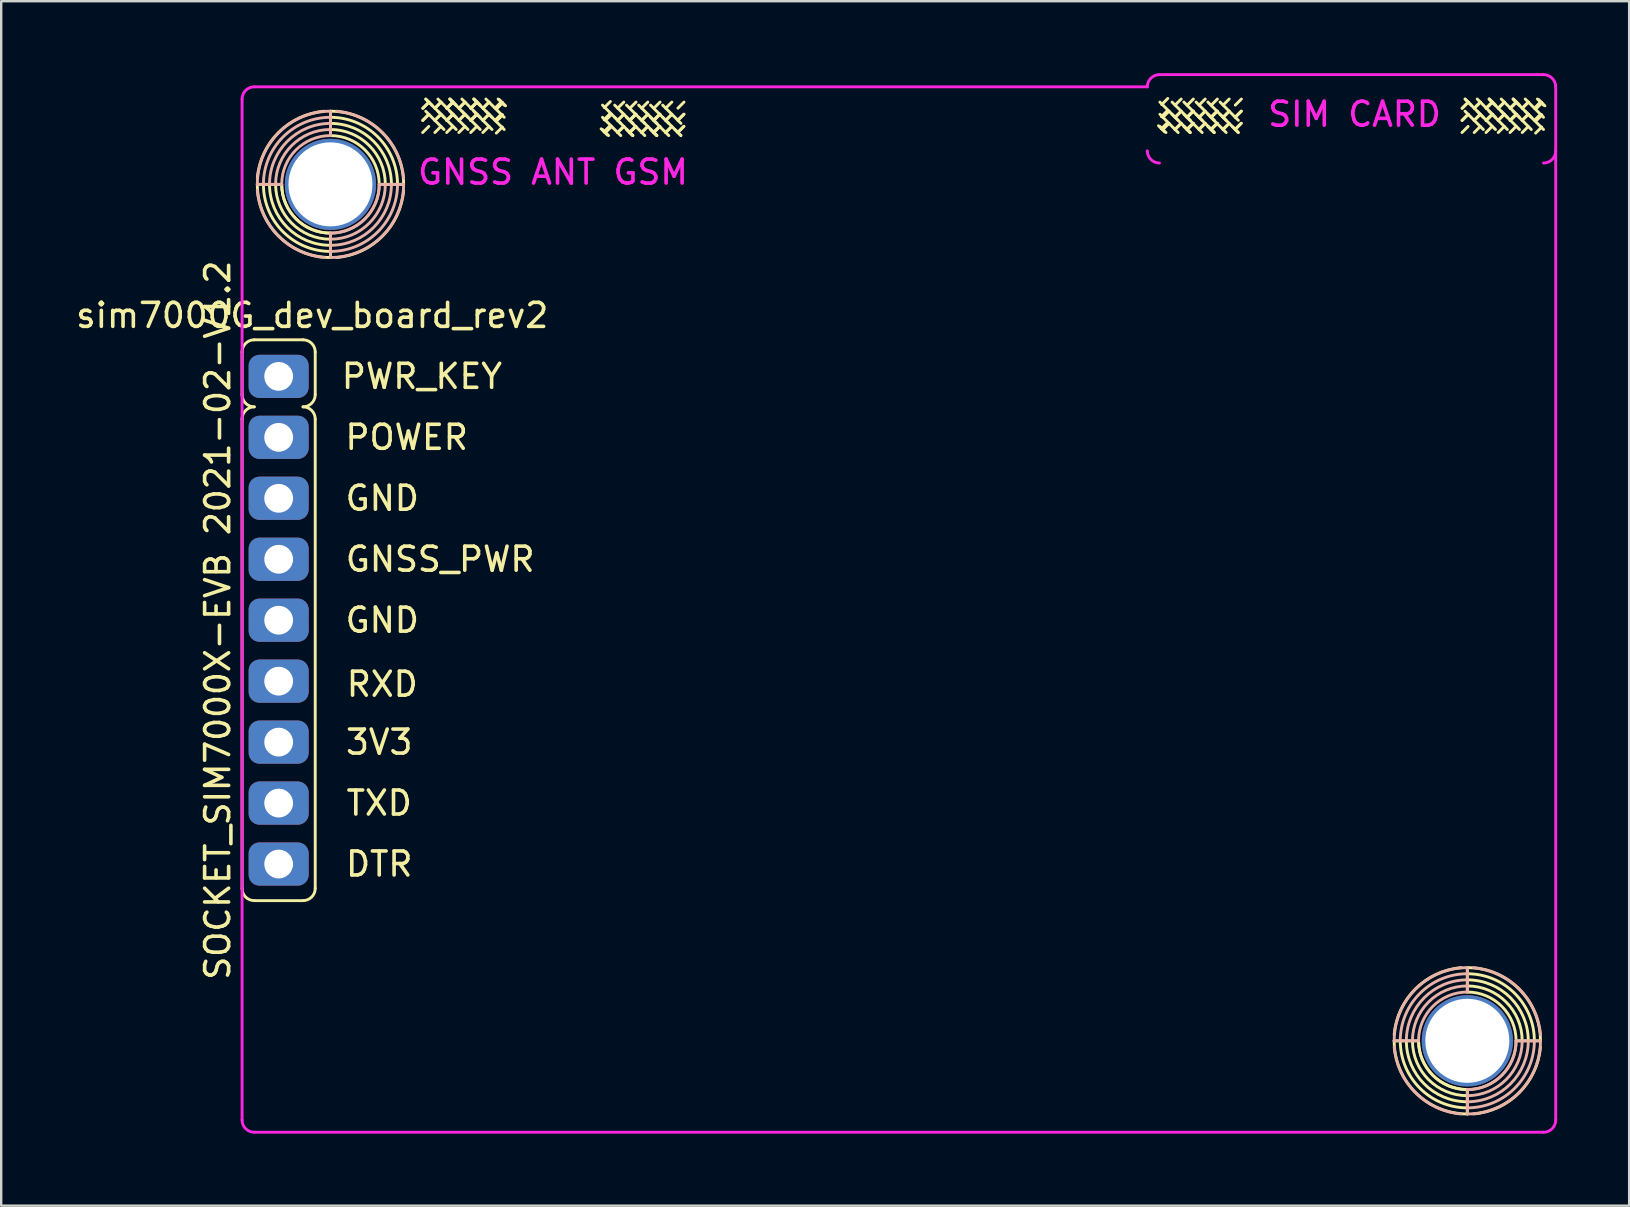
<source format=kicad_pcb>
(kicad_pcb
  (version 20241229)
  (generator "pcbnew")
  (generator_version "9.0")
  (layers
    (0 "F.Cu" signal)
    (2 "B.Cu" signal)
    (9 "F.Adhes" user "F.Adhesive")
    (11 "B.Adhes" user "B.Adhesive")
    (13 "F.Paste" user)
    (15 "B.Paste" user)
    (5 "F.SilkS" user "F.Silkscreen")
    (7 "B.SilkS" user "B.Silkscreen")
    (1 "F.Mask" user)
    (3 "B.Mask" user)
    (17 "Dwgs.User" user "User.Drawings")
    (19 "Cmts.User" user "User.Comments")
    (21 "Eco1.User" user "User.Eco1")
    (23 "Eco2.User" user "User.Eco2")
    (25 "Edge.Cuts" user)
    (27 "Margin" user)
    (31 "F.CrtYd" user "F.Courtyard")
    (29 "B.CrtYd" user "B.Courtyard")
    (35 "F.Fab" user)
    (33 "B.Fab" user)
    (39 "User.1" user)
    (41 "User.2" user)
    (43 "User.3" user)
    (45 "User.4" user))
  (footprint "sim7000G_dev_board_rev2"
    (layer "F.Cu")
    (at 8.561 12.633)
    (property "Reference" "sim7000G_dev_board_rev2" (at 1.397 -2.54 0) (layer "F.SilkS") (effects (font (size 1 1) (thickness 0.15))))
    (attr through_hole)
    (fp_line (start -1.524 -1.016) (end -1.524 0.762) (stroke (width 0.12) (type solid)) (layer "F.SilkS"))
    (fp_line (start -1.524 1.778) (end -1.524 21.336) (stroke (width 0.12) (type solid)) (layer "F.SilkS"))
    (fp_line (start -1.016 -1.524) (end 1.016 -1.524) (stroke (width 0.12) (type solid)) (layer "F.SilkS"))
    (fp_line (start -1.016 21.844) (end 1.016 21.844) (stroke (width 0.12) (type solid)) (layer "F.SilkS"))
    (fp_line (start -0.889 -8.001) (end 0.127 -8.001) (stroke (width 0.12) (type solid)) (layer "F.SilkS"))
    (fp_line (start 1.524 -1.016) (end 1.524 0.762) (stroke (width 0.12) (type solid)) (layer "F.SilkS"))
    (fp_line (start 1.524 21.336) (end 1.524 1.778) (stroke (width 0.12) (type solid)) (layer "F.SilkS"))
    (fp_line (start 2.159 -11.049) (end 2.159 -10.033) (stroke (width 0.12) (type solid)) (layer "F.SilkS"))
    (fp_line (start 2.159 -4.953) (end 2.159 -5.969) (stroke (width 0.12) (type solid)) (layer "F.SilkS"))
    (fp_line (start 5.207 -8.001) (end 4.191 -8.001) (stroke (width 0.12) (type solid)) (layer "F.SilkS"))
    (fp_line (start 6.255 -10.922) (end 6.001 -10.668) (stroke (width 0.12) (type solid)) (layer "F.SilkS"))
    (fp_line (start 6.255 -10.414) (end 6.001 -10.16) (stroke (width 0.12) (type solid)) (layer "F.SilkS"))
    (fp_line (start 6.261 -11.425) (end 6.007 -11.171) (stroke (width 0.12) (type solid)) (layer "F.SilkS"))
    (fp_line (start 6.261 -11.425) (end 6.007 -11.171) (stroke (width 0.12) (type solid)) (layer "F.SilkS"))
    (fp_line (start 6.261 -10.917) (end 6.007 -10.663) (stroke (width 0.12) (type solid)) (layer "F.SilkS"))
    (fp_line (start 6.388 -11.298) (end 6.134 -11.552) (stroke (width 0.12) (type solid)) (layer "F.SilkS"))
    (fp_line (start 6.763 -11.43) (end 6.509 -11.176) (stroke (width 0.12) (type solid)) (layer "F.SilkS"))
    (fp_line (start 6.763 -10.922) (end 6.509 -10.668) (stroke (width 0.12) (type solid)) (layer "F.SilkS"))
    (fp_line (start 6.763 -10.922) (end 6.509 -10.668) (stroke (width 0.12) (type solid)) (layer "F.SilkS"))
    (fp_line (start 6.763 -10.414) (end 6.509 -10.16) (stroke (width 0.12) (type solid)) (layer "F.SilkS"))
    (fp_line (start 6.769 -11.425) (end 6.515 -11.171) (stroke (width 0.12) (type solid)) (layer "F.SilkS"))
    (fp_line (start 6.89 -10.795) (end 6.636 -11.049) (stroke (width 0.12) (type solid)) (layer "F.SilkS"))
    (fp_line (start 6.89 -10.287) (end 6.128 -11.049) (stroke (width 0.12) (type solid)) (layer "F.SilkS"))
    (fp_line (start 7.255 -10.922) (end 7.001 -10.668) (stroke (width 0.12) (type solid)) (layer "F.SilkS"))
    (fp_line (start 7.255 -10.414) (end 7.001 -10.16) (stroke (width 0.12) (type solid)) (layer "F.SilkS"))
    (fp_line (start 7.261 -11.425) (end 7.007 -11.171) (stroke (width 0.12) (type solid)) (layer "F.SilkS"))
    (fp_line (start 7.261 -11.425) (end 7.007 -11.171) (stroke (width 0.12) (type solid)) (layer "F.SilkS"))
    (fp_line (start 7.261 -10.917) (end 7.007 -10.663) (stroke (width 0.12) (type solid)) (layer "F.SilkS"))
    (fp_line (start 7.271 -11.43) (end 7.017 -11.176) (stroke (width 0.12) (type solid)) (layer "F.SilkS"))
    (fp_line (start 7.271 -10.922) (end 7.017 -10.668) (stroke (width 0.12) (type solid)) (layer "F.SilkS"))
    (fp_line (start 7.388 -11.298) (end 7.134 -11.552) (stroke (width 0.12) (type solid)) (layer "F.SilkS"))
    (fp_line (start 7.398 -11.303) (end 7.144 -11.557) (stroke (width 0.12) (type solid)) (layer "F.SilkS"))
    (fp_line (start 7.398 -10.795) (end 6.636 -11.557) (stroke (width 0.12) (type solid)) (layer "F.SilkS"))
    (fp_line (start 7.398 -10.287) (end 6.128 -11.557) (stroke (width 0.12) (type solid)) (layer "F.SilkS"))
    (fp_line (start 7.763 -11.43) (end 7.509 -11.176) (stroke (width 0.12) (type solid)) (layer "F.SilkS"))
    (fp_line (start 7.763 -10.922) (end 7.509 -10.668) (stroke (width 0.12) (type solid)) (layer "F.SilkS"))
    (fp_line (start 7.763 -10.922) (end 7.509 -10.668) (stroke (width 0.12) (type solid)) (layer "F.SilkS"))
    (fp_line (start 7.763 -10.414) (end 7.509 -10.16) (stroke (width 0.12) (type solid)) (layer "F.SilkS"))
    (fp_line (start 7.769 -11.425) (end 7.515 -11.171) (stroke (width 0.12) (type solid)) (layer "F.SilkS"))
    (fp_line (start 7.89 -10.795) (end 7.636 -11.049) (stroke (width 0.12) (type solid)) (layer "F.SilkS"))
    (fp_line (start 7.89 -10.287) (end 7.128 -11.049) (stroke (width 0.12) (type solid)) (layer "F.SilkS"))
    (fp_line (start 8.255 -10.922) (end 8.001 -10.668) (stroke (width 0.12) (type solid)) (layer "F.SilkS"))
    (fp_line (start 8.255 -10.414) (end 8.001 -10.16) (stroke (width 0.12) (type solid)) (layer "F.SilkS"))
    (fp_line (start 8.261 -11.425) (end 8.007 -11.171) (stroke (width 0.12) (type solid)) (layer "F.SilkS"))
    (fp_line (start 8.261 -11.425) (end 8.007 -11.171) (stroke (width 0.12) (type solid)) (layer "F.SilkS"))
    (fp_line (start 8.261 -10.917) (end 8.007 -10.663) (stroke (width 0.12) (type solid)) (layer "F.SilkS"))
    (fp_line (start 8.271 -11.43) (end 8.017 -11.176) (stroke (width 0.12) (type solid)) (layer "F.SilkS"))
    (fp_line (start 8.271 -10.922) (end 8.017 -10.668) (stroke (width 0.12) (type solid)) (layer "F.SilkS"))
    (fp_line (start 8.388 -11.298) (end 8.134 -11.552) (stroke (width 0.12) (type solid)) (layer "F.SilkS"))
    (fp_line (start 8.398 -11.303) (end 8.144 -11.557) (stroke (width 0.12) (type solid)) (layer "F.SilkS"))
    (fp_line (start 8.398 -10.795) (end 7.636 -11.557) (stroke (width 0.12) (type solid)) (layer "F.SilkS"))
    (fp_line (start 8.398 -10.287) (end 7.128 -11.557) (stroke (width 0.12) (type solid)) (layer "F.SilkS"))
    (fp_line (start 8.763 -11.43) (end 8.509 -11.176) (stroke (width 0.12) (type solid)) (layer "F.SilkS"))
    (fp_line (start 8.763 -10.922) (end 8.509 -10.668) (stroke (width 0.12) (type solid)) (layer "F.SilkS"))
    (fp_line (start 8.763 -10.922) (end 8.509 -10.668) (stroke (width 0.12) (type solid)) (layer "F.SilkS"))
    (fp_line (start 8.763 -10.414) (end 8.509 -10.16) (stroke (width 0.12) (type solid)) (layer "F.SilkS"))
    (fp_line (start 8.769 -11.425) (end 8.515 -11.171) (stroke (width 0.12) (type solid)) (layer "F.SilkS"))
    (fp_line (start 8.89 -10.795) (end 8.636 -11.049) (stroke (width 0.12) (type solid)) (layer "F.SilkS"))
    (fp_line (start 8.89 -10.287) (end 8.128 -11.049) (stroke (width 0.12) (type solid)) (layer "F.SilkS"))
    (fp_line (start 9.271 -11.43) (end 9.017 -11.176) (stroke (width 0.12) (type solid)) (layer "F.SilkS"))
    (fp_line (start 9.271 -10.922) (end 9.017 -10.668) (stroke (width 0.12) (type solid)) (layer "F.SilkS"))
    (fp_line (start 9.322 -10.898) (end 9.068 -10.644) (stroke (width 0.12) (type solid)) (layer "F.SilkS"))
    (fp_line (start 9.322 -10.39) (end 9.068 -10.136) (stroke (width 0.12) (type solid)) (layer "F.SilkS"))
    (fp_line (start 9.328 -11.401) (end 9.074 -11.147) (stroke (width 0.12) (type solid)) (layer "F.SilkS"))
    (fp_line (start 9.328 -11.401) (end 9.074 -11.147) (stroke (width 0.12) (type solid)) (layer "F.SilkS"))
    (fp_line (start 9.328 -10.893) (end 9.074 -10.639) (stroke (width 0.12) (type solid)) (layer "F.SilkS"))
    (fp_line (start 9.398 -11.303) (end 9.144 -11.557) (stroke (width 0.12) (type solid)) (layer "F.SilkS"))
    (fp_line (start 9.398 -10.795) (end 8.636 -11.557) (stroke (width 0.12) (type solid)) (layer "F.SilkS"))
    (fp_line (start 9.398 -10.287) (end 8.128 -11.557) (stroke (width 0.12) (type solid)) (layer "F.SilkS"))
    (fp_line (start 9.455 -11.274) (end 9.201 -11.528) (stroke (width 0.12) (type solid)) (layer "F.SilkS"))
    (fp_line (start 13.437 -10.316) (end 13.691 -10.062) (stroke (width 0.12) (type solid)) (layer "F.SilkS"))
    (fp_line (start 13.494 -11.303) (end 14.764 -10.033) (stroke (width 0.12) (type solid)) (layer "F.SilkS"))
    (fp_line (start 13.494 -10.795) (end 14.256 -10.033) (stroke (width 0.12) (type solid)) (layer "F.SilkS"))
    (fp_line (start 13.494 -10.287) (end 13.748 -10.033) (stroke (width 0.12) (type solid)) (layer "F.SilkS"))
    (fp_line (start 13.564 -10.697) (end 13.818 -10.951) (stroke (width 0.12) (type solid)) (layer "F.SilkS"))
    (fp_line (start 13.564 -10.189) (end 13.818 -10.443) (stroke (width 0.12) (type solid)) (layer "F.SilkS"))
    (fp_line (start 13.564 -10.189) (end 13.818 -10.443) (stroke (width 0.12) (type solid)) (layer "F.SilkS"))
    (fp_line (start 13.57 -11.2) (end 13.824 -11.454) (stroke (width 0.12) (type solid)) (layer "F.SilkS"))
    (fp_line (start 13.57 -10.692) (end 13.824 -10.946) (stroke (width 0.12) (type solid)) (layer "F.SilkS"))
    (fp_line (start 13.621 -10.668) (end 13.875 -10.922) (stroke (width 0.12) (type solid)) (layer "F.SilkS"))
    (fp_line (start 13.621 -10.16) (end 13.875 -10.414) (stroke (width 0.12) (type solid)) (layer "F.SilkS"))
    (fp_line (start 14.002 -11.303) (end 14.764 -10.541) (stroke (width 0.12) (type solid)) (layer "F.SilkS"))
    (fp_line (start 14.002 -10.795) (end 14.256 -10.541) (stroke (width 0.12) (type solid)) (layer "F.SilkS"))
    (fp_line (start 14.123 -10.165) (end 14.377 -10.419) (stroke (width 0.12) (type solid)) (layer "F.SilkS"))
    (fp_line (start 14.129 -11.176) (end 14.383 -11.43) (stroke (width 0.12) (type solid)) (layer "F.SilkS"))
    (fp_line (start 14.129 -10.668) (end 14.383 -10.922) (stroke (width 0.12) (type solid)) (layer "F.SilkS"))
    (fp_line (start 14.129 -10.668) (end 14.383 -10.922) (stroke (width 0.12) (type solid)) (layer "F.SilkS"))
    (fp_line (start 14.129 -10.16) (end 14.383 -10.414) (stroke (width 0.12) (type solid)) (layer "F.SilkS"))
    (fp_line (start 14.494 -11.303) (end 15.764 -10.033) (stroke (width 0.12) (type solid)) (layer "F.SilkS"))
    (fp_line (start 14.494 -10.795) (end 15.256 -10.033) (stroke (width 0.12) (type solid)) (layer "F.SilkS"))
    (fp_line (start 14.494 -10.287) (end 14.748 -10.033) (stroke (width 0.12) (type solid)) (layer "F.SilkS"))
    (fp_line (start 14.504 -10.292) (end 14.758 -10.038) (stroke (width 0.12) (type solid)) (layer "F.SilkS"))
    (fp_line (start 14.621 -10.668) (end 14.875 -10.922) (stroke (width 0.12) (type solid)) (layer "F.SilkS"))
    (fp_line (start 14.621 -10.16) (end 14.875 -10.414) (stroke (width 0.12) (type solid)) (layer "F.SilkS"))
    (fp_line (start 14.631 -10.673) (end 14.885 -10.927) (stroke (width 0.12) (type solid)) (layer "F.SilkS"))
    (fp_line (start 14.631 -10.165) (end 14.885 -10.419) (stroke (width 0.12) (type solid)) (layer "F.SilkS"))
    (fp_line (start 14.631 -10.165) (end 14.885 -10.419) (stroke (width 0.12) (type solid)) (layer "F.SilkS"))
    (fp_line (start 14.637 -11.176) (end 14.891 -11.43) (stroke (width 0.12) (type solid)) (layer "F.SilkS"))
    (fp_line (start 14.637 -10.668) (end 14.891 -10.922) (stroke (width 0.12) (type solid)) (layer "F.SilkS"))
    (fp_line (start 15.002 -11.303) (end 15.764 -10.541) (stroke (width 0.12) (type solid)) (layer "F.SilkS"))
    (fp_line (start 15.002 -10.795) (end 15.256 -10.541) (stroke (width 0.12) (type solid)) (layer "F.SilkS"))
    (fp_line (start 15.123 -10.165) (end 15.377 -10.419) (stroke (width 0.12) (type solid)) (layer "F.SilkS"))
    (fp_line (start 15.129 -11.176) (end 15.383 -11.43) (stroke (width 0.12) (type solid)) (layer "F.SilkS"))
    (fp_line (start 15.129 -10.668) (end 15.383 -10.922) (stroke (width 0.12) (type solid)) (layer "F.SilkS"))
    (fp_line (start 15.129 -10.668) (end 15.383 -10.922) (stroke (width 0.12) (type solid)) (layer "F.SilkS"))
    (fp_line (start 15.129 -10.16) (end 15.383 -10.414) (stroke (width 0.12) (type solid)) (layer "F.SilkS"))
    (fp_line (start 15.494 -11.303) (end 16.764 -10.033) (stroke (width 0.12) (type solid)) (layer "F.SilkS"))
    (fp_line (start 15.494 -10.795) (end 16.256 -10.033) (stroke (width 0.12) (type solid)) (layer "F.SilkS"))
    (fp_line (start 15.494 -10.287) (end 15.748 -10.033) (stroke (width 0.12) (type solid)) (layer "F.SilkS"))
    (fp_line (start 15.504 -10.292) (end 15.758 -10.038) (stroke (width 0.12) (type solid)) (layer "F.SilkS"))
    (fp_line (start 15.621 -10.668) (end 15.875 -10.922) (stroke (width 0.12) (type solid)) (layer "F.SilkS"))
    (fp_line (start 15.621 -10.16) (end 15.875 -10.414) (stroke (width 0.12) (type solid)) (layer "F.SilkS"))
    (fp_line (start 15.631 -10.673) (end 15.885 -10.927) (stroke (width 0.12) (type solid)) (layer "F.SilkS"))
    (fp_line (start 15.631 -10.165) (end 15.885 -10.419) (stroke (width 0.12) (type solid)) (layer "F.SilkS"))
    (fp_line (start 15.631 -10.165) (end 15.885 -10.419) (stroke (width 0.12) (type solid)) (layer "F.SilkS"))
    (fp_line (start 15.637 -11.176) (end 15.891 -11.43) (stroke (width 0.12) (type solid)) (layer "F.SilkS"))
    (fp_line (start 15.637 -10.668) (end 15.891 -10.922) (stroke (width 0.12) (type solid)) (layer "F.SilkS"))
    (fp_line (start 16.002 -11.303) (end 16.764 -10.541) (stroke (width 0.12) (type solid)) (layer "F.SilkS"))
    (fp_line (start 16.002 -10.795) (end 16.256 -10.541) (stroke (width 0.12) (type solid)) (layer "F.SilkS"))
    (fp_line (start 16.123 -10.165) (end 16.377 -10.419) (stroke (width 0.12) (type solid)) (layer "F.SilkS"))
    (fp_line (start 16.129 -11.176) (end 16.383 -11.43) (stroke (width 0.12) (type solid)) (layer "F.SilkS"))
    (fp_line (start 16.129 -10.668) (end 16.383 -10.922) (stroke (width 0.12) (type solid)) (layer "F.SilkS"))
    (fp_line (start 16.129 -10.668) (end 16.383 -10.922) (stroke (width 0.12) (type solid)) (layer "F.SilkS"))
    (fp_line (start 16.129 -10.16) (end 16.383 -10.414) (stroke (width 0.12) (type solid)) (layer "F.SilkS"))
    (fp_line (start 16.504 -10.292) (end 16.758 -10.038) (stroke (width 0.12) (type solid)) (layer "F.SilkS"))
    (fp_line (start 16.631 -10.673) (end 16.885 -10.927) (stroke (width 0.12) (type solid)) (layer "F.SilkS"))
    (fp_line (start 16.631 -10.165) (end 16.885 -10.419) (stroke (width 0.12) (type solid)) (layer "F.SilkS"))
    (fp_line (start 16.631 -10.165) (end 16.885 -10.419) (stroke (width 0.12) (type solid)) (layer "F.SilkS"))
    (fp_line (start 16.637 -11.176) (end 16.891 -11.43) (stroke (width 0.12) (type solid)) (layer "F.SilkS"))
    (fp_line (start 16.637 -10.668) (end 16.891 -10.922) (stroke (width 0.12) (type solid)) (layer "F.SilkS"))
    (fp_line (start 36.662 -10.443) (end 36.916 -10.189) (stroke (width 0.12) (type solid)) (layer "F.SilkS"))
    (fp_line (start 36.719 -11.43) (end 37.989 -10.16) (stroke (width 0.12) (type solid)) (layer "F.SilkS"))
    (fp_line (start 36.719 -10.922) (end 37.481 -10.16) (stroke (width 0.12) (type solid)) (layer "F.SilkS"))
    (fp_line (start 36.719 -10.414) (end 36.973 -10.16) (stroke (width 0.12) (type solid)) (layer "F.SilkS"))
    (fp_line (start 36.789 -10.824) (end 37.043 -11.078) (stroke (width 0.12) (type solid)) (layer "F.SilkS"))
    (fp_line (start 36.789 -10.316) (end 37.043 -10.57) (stroke (width 0.12) (type solid)) (layer "F.SilkS"))
    (fp_line (start 36.789 -10.316) (end 37.043 -10.57) (stroke (width 0.12) (type solid)) (layer "F.SilkS"))
    (fp_line (start 36.795 -11.327) (end 37.049 -11.581) (stroke (width 0.12) (type solid)) (layer "F.SilkS"))
    (fp_line (start 36.795 -10.819) (end 37.049 -11.073) (stroke (width 0.12) (type solid)) (layer "F.SilkS"))
    (fp_line (start 36.846 -10.795) (end 37.1 -11.049) (stroke (width 0.12) (type solid)) (layer "F.SilkS"))
    (fp_line (start 36.846 -10.287) (end 37.1 -10.541) (stroke (width 0.12) (type solid)) (layer "F.SilkS"))
    (fp_line (start 37.227 -11.43) (end 37.989 -10.668) (stroke (width 0.12) (type solid)) (layer "F.SilkS"))
    (fp_line (start 37.227 -10.922) (end 37.481 -10.668) (stroke (width 0.12) (type solid)) (layer "F.SilkS"))
    (fp_line (start 37.348 -10.292) (end 37.602 -10.546) (stroke (width 0.12) (type solid)) (layer "F.SilkS"))
    (fp_line (start 37.354 -11.303) (end 37.608 -11.557) (stroke (width 0.12) (type solid)) (layer "F.SilkS"))
    (fp_line (start 37.354 -10.795) (end 37.608 -11.049) (stroke (width 0.12) (type solid)) (layer "F.SilkS"))
    (fp_line (start 37.354 -10.795) (end 37.608 -11.049) (stroke (width 0.12) (type solid)) (layer "F.SilkS"))
    (fp_line (start 37.354 -10.287) (end 37.608 -10.541) (stroke (width 0.12) (type solid)) (layer "F.SilkS"))
    (fp_line (start 37.719 -11.43) (end 38.989 -10.16) (stroke (width 0.12) (type solid)) (layer "F.SilkS"))
    (fp_line (start 37.719 -10.922) (end 38.481 -10.16) (stroke (width 0.12) (type solid)) (layer "F.SilkS"))
    (fp_line (start 37.719 -10.414) (end 37.973 -10.16) (stroke (width 0.12) (type solid)) (layer "F.SilkS"))
    (fp_line (start 37.729 -10.419) (end 37.983 -10.165) (stroke (width 0.12) (type solid)) (layer "F.SilkS"))
    (fp_line (start 37.846 -10.795) (end 38.1 -11.049) (stroke (width 0.12) (type solid)) (layer "F.SilkS"))
    (fp_line (start 37.846 -10.287) (end 38.1 -10.541) (stroke (width 0.12) (type solid)) (layer "F.SilkS"))
    (fp_line (start 37.856 -10.8) (end 38.11 -11.054) (stroke (width 0.12) (type solid)) (layer "F.SilkS"))
    (fp_line (start 37.856 -10.292) (end 38.11 -10.546) (stroke (width 0.12) (type solid)) (layer "F.SilkS"))
    (fp_line (start 37.856 -10.292) (end 38.11 -10.546) (stroke (width 0.12) (type solid)) (layer "F.SilkS"))
    (fp_line (start 37.862 -11.303) (end 38.116 -11.557) (stroke (width 0.12) (type solid)) (layer "F.SilkS"))
    (fp_line (start 37.862 -10.795) (end 38.116 -11.049) (stroke (width 0.12) (type solid)) (layer "F.SilkS"))
    (fp_line (start 38.227 -11.43) (end 38.989 -10.668) (stroke (width 0.12) (type solid)) (layer "F.SilkS"))
    (fp_line (start 38.227 -10.922) (end 38.481 -10.668) (stroke (width 0.12) (type solid)) (layer "F.SilkS"))
    (fp_line (start 38.348 -10.292) (end 38.602 -10.546) (stroke (width 0.12) (type solid)) (layer "F.SilkS"))
    (fp_line (start 38.354 -11.303) (end 38.608 -11.557) (stroke (width 0.12) (type solid)) (layer "F.SilkS"))
    (fp_line (start 38.354 -10.795) (end 38.608 -11.049) (stroke (width 0.12) (type solid)) (layer "F.SilkS"))
    (fp_line (start 38.354 -10.795) (end 38.608 -11.049) (stroke (width 0.12) (type solid)) (layer "F.SilkS"))
    (fp_line (start 38.354 -10.287) (end 38.608 -10.541) (stroke (width 0.12) (type solid)) (layer "F.SilkS"))
    (fp_line (start 38.719 -11.43) (end 39.989 -10.16) (stroke (width 0.12) (type solid)) (layer "F.SilkS"))
    (fp_line (start 38.719 -10.922) (end 39.481 -10.16) (stroke (width 0.12) (type solid)) (layer "F.SilkS"))
    (fp_line (start 38.719 -10.414) (end 38.973 -10.16) (stroke (width 0.12) (type solid)) (layer "F.SilkS"))
    (fp_line (start 38.729 -10.419) (end 38.983 -10.165) (stroke (width 0.12) (type solid)) (layer "F.SilkS"))
    (fp_line (start 38.846 -10.795) (end 39.1 -11.049) (stroke (width 0.12) (type solid)) (layer "F.SilkS"))
    (fp_line (start 38.846 -10.287) (end 39.1 -10.541) (stroke (width 0.12) (type solid)) (layer "F.SilkS"))
    (fp_line (start 38.856 -10.8) (end 39.11 -11.054) (stroke (width 0.12) (type solid)) (layer "F.SilkS"))
    (fp_line (start 38.856 -10.292) (end 39.11 -10.546) (stroke (width 0.12) (type solid)) (layer "F.SilkS"))
    (fp_line (start 38.856 -10.292) (end 39.11 -10.546) (stroke (width 0.12) (type solid)) (layer "F.SilkS"))
    (fp_line (start 38.862 -11.303) (end 39.116 -11.557) (stroke (width 0.12) (type solid)) (layer "F.SilkS"))
    (fp_line (start 38.862 -10.795) (end 39.116 -11.049) (stroke (width 0.12) (type solid)) (layer "F.SilkS"))
    (fp_line (start 39.227 -11.43) (end 39.989 -10.668) (stroke (width 0.12) (type solid)) (layer "F.SilkS"))
    (fp_line (start 39.227 -10.922) (end 39.481 -10.668) (stroke (width 0.12) (type solid)) (layer "F.SilkS"))
    (fp_line (start 39.348 -10.292) (end 39.602 -10.546) (stroke (width 0.12) (type solid)) (layer "F.SilkS"))
    (fp_line (start 39.354 -11.303) (end 39.608 -11.557) (stroke (width 0.12) (type solid)) (layer "F.SilkS"))
    (fp_line (start 39.354 -10.795) (end 39.608 -11.049) (stroke (width 0.12) (type solid)) (layer "F.SilkS"))
    (fp_line (start 39.354 -10.795) (end 39.608 -11.049) (stroke (width 0.12) (type solid)) (layer "F.SilkS"))
    (fp_line (start 39.354 -10.287) (end 39.608 -10.541) (stroke (width 0.12) (type solid)) (layer "F.SilkS"))
    (fp_line (start 39.729 -10.419) (end 39.983 -10.165) (stroke (width 0.12) (type solid)) (layer "F.SilkS"))
    (fp_line (start 39.856 -10.8) (end 40.11 -11.054) (stroke (width 0.12) (type solid)) (layer "F.SilkS"))
    (fp_line (start 39.856 -10.292) (end 40.11 -10.546) (stroke (width 0.12) (type solid)) (layer "F.SilkS"))
    (fp_line (start 39.856 -10.292) (end 40.11 -10.546) (stroke (width 0.12) (type solid)) (layer "F.SilkS"))
    (fp_line (start 39.862 -11.303) (end 40.116 -11.557) (stroke (width 0.12) (type solid)) (layer "F.SilkS"))
    (fp_line (start 39.862 -10.795) (end 40.116 -11.049) (stroke (width 0.12) (type solid)) (layer "F.SilkS"))
    (fp_line (start 46.482 27.686) (end 47.498 27.686) (stroke (width 0.12) (type solid)) (layer "F.SilkS"))
    (fp_line (start 49.53 24.638) (end 49.53 25.654) (stroke (width 0.12) (type solid)) (layer "F.SilkS"))
    (fp_line (start 49.53 30.734) (end 49.53 29.718) (stroke (width 0.12) (type solid)) (layer "F.SilkS"))
    (fp_line (start 49.562 -10.922) (end 49.308 -10.668) (stroke (width 0.12) (type solid)) (layer "F.SilkS"))
    (fp_line (start 49.562 -10.414) (end 49.308 -10.16) (stroke (width 0.12) (type solid)) (layer "F.SilkS"))
    (fp_line (start 49.568 -11.425) (end 49.314 -11.171) (stroke (width 0.12) (type solid)) (layer "F.SilkS"))
    (fp_line (start 49.568 -11.425) (end 49.314 -11.171) (stroke (width 0.12) (type solid)) (layer "F.SilkS"))
    (fp_line (start 49.568 -10.917) (end 49.314 -10.663) (stroke (width 0.12) (type solid)) (layer "F.SilkS"))
    (fp_line (start 49.695 -11.298) (end 49.441 -11.552) (stroke (width 0.12) (type solid)) (layer "F.SilkS"))
    (fp_line (start 50.07 -11.43) (end 49.816 -11.176) (stroke (width 0.12) (type solid)) (layer "F.SilkS"))
    (fp_line (start 50.07 -10.922) (end 49.816 -10.668) (stroke (width 0.12) (type solid)) (layer "F.SilkS"))
    (fp_line (start 50.07 -10.922) (end 49.816 -10.668) (stroke (width 0.12) (type solid)) (layer "F.SilkS"))
    (fp_line (start 50.07 -10.414) (end 49.816 -10.16) (stroke (width 0.12) (type solid)) (layer "F.SilkS"))
    (fp_line (start 50.076 -11.425) (end 49.822 -11.171) (stroke (width 0.12) (type solid)) (layer "F.SilkS"))
    (fp_line (start 50.197 -10.795) (end 49.943 -11.049) (stroke (width 0.12) (type solid)) (layer "F.SilkS"))
    (fp_line (start 50.197 -10.287) (end 49.435 -11.049) (stroke (width 0.12) (type solid)) (layer "F.SilkS"))
    (fp_line (start 50.562 -10.922) (end 50.308 -10.668) (stroke (width 0.12) (type solid)) (layer "F.SilkS"))
    (fp_line (start 50.562 -10.414) (end 50.308 -10.16) (stroke (width 0.12) (type solid)) (layer "F.SilkS"))
    (fp_line (start 50.568 -11.425) (end 50.314 -11.171) (stroke (width 0.12) (type solid)) (layer "F.SilkS"))
    (fp_line (start 50.568 -11.425) (end 50.314 -11.171) (stroke (width 0.12) (type solid)) (layer "F.SilkS"))
    (fp_line (start 50.568 -10.917) (end 50.314 -10.663) (stroke (width 0.12) (type solid)) (layer "F.SilkS"))
    (fp_line (start 50.578 -11.43) (end 50.324 -11.176) (stroke (width 0.12) (type solid)) (layer "F.SilkS"))
    (fp_line (start 50.578 -10.922) (end 50.324 -10.668) (stroke (width 0.12) (type solid)) (layer "F.SilkS"))
    (fp_line (start 50.695 -11.298) (end 50.441 -11.552) (stroke (width 0.12) (type solid)) (layer "F.SilkS"))
    (fp_line (start 50.705 -11.303) (end 50.451 -11.557) (stroke (width 0.12) (type solid)) (layer "F.SilkS"))
    (fp_line (start 50.705 -10.795) (end 49.943 -11.557) (stroke (width 0.12) (type solid)) (layer "F.SilkS"))
    (fp_line (start 50.705 -10.287) (end 49.435 -11.557) (stroke (width 0.12) (type solid)) (layer "F.SilkS"))
    (fp_line (start 51.07 -11.43) (end 50.816 -11.176) (stroke (width 0.12) (type solid)) (layer "F.SilkS"))
    (fp_line (start 51.07 -10.922) (end 50.816 -10.668) (stroke (width 0.12) (type solid)) (layer "F.SilkS"))
    (fp_line (start 51.07 -10.922) (end 50.816 -10.668) (stroke (width 0.12) (type solid)) (layer "F.SilkS"))
    (fp_line (start 51.07 -10.414) (end 50.816 -10.16) (stroke (width 0.12) (type solid)) (layer "F.SilkS"))
    (fp_line (start 51.076 -11.425) (end 50.822 -11.171) (stroke (width 0.12) (type solid)) (layer "F.SilkS"))
    (fp_line (start 51.197 -10.795) (end 50.943 -11.049) (stroke (width 0.12) (type solid)) (layer "F.SilkS"))
    (fp_line (start 51.197 -10.287) (end 50.435 -11.049) (stroke (width 0.12) (type solid)) (layer "F.SilkS"))
    (fp_line (start 51.562 -10.922) (end 51.308 -10.668) (stroke (width 0.12) (type solid)) (layer "F.SilkS"))
    (fp_line (start 51.562 -10.414) (end 51.308 -10.16) (stroke (width 0.12) (type solid)) (layer "F.SilkS"))
    (fp_line (start 51.568 -11.425) (end 51.314 -11.171) (stroke (width 0.12) (type solid)) (layer "F.SilkS"))
    (fp_line (start 51.568 -11.425) (end 51.314 -11.171) (stroke (width 0.12) (type solid)) (layer "F.SilkS"))
    (fp_line (start 51.568 -10.917) (end 51.314 -10.663) (stroke (width 0.12) (type solid)) (layer "F.SilkS"))
    (fp_line (start 51.578 -11.43) (end 51.324 -11.176) (stroke (width 0.12) (type solid)) (layer "F.SilkS"))
    (fp_line (start 51.578 -10.922) (end 51.324 -10.668) (stroke (width 0.12) (type solid)) (layer "F.SilkS"))
    (fp_line (start 51.695 -11.298) (end 51.441 -11.552) (stroke (width 0.12) (type solid)) (layer "F.SilkS"))
    (fp_line (start 51.705 -11.303) (end 51.451 -11.557) (stroke (width 0.12) (type solid)) (layer "F.SilkS"))
    (fp_line (start 51.705 -10.795) (end 50.943 -11.557) (stroke (width 0.12) (type solid)) (layer "F.SilkS"))
    (fp_line (start 51.705 -10.287) (end 50.435 -11.557) (stroke (width 0.12) (type solid)) (layer "F.SilkS"))
    (fp_line (start 52.07 -11.43) (end 51.816 -11.176) (stroke (width 0.12) (type solid)) (layer "F.SilkS"))
    (fp_line (start 52.07 -10.922) (end 51.816 -10.668) (stroke (width 0.12) (type solid)) (layer "F.SilkS"))
    (fp_line (start 52.07 -10.922) (end 51.816 -10.668) (stroke (width 0.12) (type solid)) (layer "F.SilkS"))
    (fp_line (start 52.07 -10.414) (end 51.816 -10.16) (stroke (width 0.12) (type solid)) (layer "F.SilkS"))
    (fp_line (start 52.076 -11.425) (end 51.822 -11.171) (stroke (width 0.12) (type solid)) (layer "F.SilkS"))
    (fp_line (start 52.197 -10.795) (end 51.943 -11.049) (stroke (width 0.12) (type solid)) (layer "F.SilkS"))
    (fp_line (start 52.197 -10.287) (end 51.435 -11.049) (stroke (width 0.12) (type solid)) (layer "F.SilkS"))
    (fp_line (start 52.578 -11.43) (end 52.324 -11.176) (stroke (width 0.12) (type solid)) (layer "F.SilkS"))
    (fp_line (start 52.578 -10.922) (end 52.324 -10.668) (stroke (width 0.12) (type solid)) (layer "F.SilkS"))
    (fp_line (start 52.578 27.686) (end 51.562 27.686) (stroke (width 0.12) (type solid)) (layer "F.SilkS"))
    (fp_line (start 52.629 -10.898) (end 52.375 -10.644) (stroke (width 0.12) (type solid)) (layer "F.SilkS"))
    (fp_line (start 52.629 -10.39) (end 52.375 -10.136) (stroke (width 0.12) (type solid)) (layer "F.SilkS"))
    (fp_line (start 52.635 -11.401) (end 52.381 -11.147) (stroke (width 0.12) (type solid)) (layer "F.SilkS"))
    (fp_line (start 52.635 -11.401) (end 52.381 -11.147) (stroke (width 0.12) (type solid)) (layer "F.SilkS"))
    (fp_line (start 52.635 -10.893) (end 52.381 -10.639) (stroke (width 0.12) (type solid)) (layer "F.SilkS"))
    (fp_line (start 52.705 -11.303) (end 52.451 -11.557) (stroke (width 0.12) (type solid)) (layer "F.SilkS"))
    (fp_line (start 52.705 -10.795) (end 51.943 -11.557) (stroke (width 0.12) (type solid)) (layer "F.SilkS"))
    (fp_line (start 52.705 -10.287) (end 51.435 -11.557) (stroke (width 0.12) (type solid)) (layer "F.SilkS"))
    (fp_line (start 52.762 -11.274) (end 52.508 -11.528) (stroke (width 0.12) (type solid)) (layer "F.SilkS"))
    (fp_arc (start -1.524 -1.016) (mid -1.37521 -1.37521) (end -1.016 -1.524) (stroke (width 0.12) (type solid)) (layer "F.SilkS"))
    (fp_arc (start -1.524 1.778) (mid -1.37521 1.41879) (end -1.016 1.27) (stroke (width 0.12) (type solid)) (layer "F.SilkS"))
    (fp_arc (start -1.016 1.27) (mid -1.37521 1.12121) (end -1.524 0.762) (stroke (width 0.12) (type solid)) (layer "F.SilkS"))
    (fp_arc (start -1.016 21.844) (mid -1.37521 21.69521) (end -1.524 21.336) (stroke (width 0.12) (type solid)) (layer "F.SilkS"))
    (fp_arc (start -0.889 -8.255) (mid -0.003732 -10.163732) (end 1.905 -11.049) (stroke (width 0.12) (type solid)) (layer "F.SilkS"))
    (fp_arc (start 1.016 -1.524) (mid 1.37521 -1.37521) (end 1.524 -1.016) (stroke (width 0.12) (type solid)) (layer "F.SilkS"))
    (fp_arc (start 1.016 1.27) (mid 1.37521 1.41879) (end 1.524 1.778) (stroke (width 0.12) (type solid)) (layer "F.SilkS"))
    (fp_arc (start 1.524 0.762) (mid 1.37521 1.12121) (end 1.016 1.27) (stroke (width 0.12) (type solid)) (layer "F.SilkS"))
    (fp_arc (start 1.524 21.336) (mid 1.37521 21.69521) (end 1.016 21.844) (stroke (width 0.12) (type solid)) (layer "F.SilkS"))
    (fp_arc (start 2.159 -11.049) (mid 4.314261 -10.156261) (end 5.207 -8.001) (stroke (width 0.12) (type solid)) (layer "F.SilkS"))
    (fp_arc (start 2.159 -10.795) (mid 4.134656 -9.976656) (end 4.953 -8.001) (stroke (width 0.12) (type solid)) (layer "F.SilkS"))
    (fp_arc (start 2.159 -10.541) (mid 3.955051 -9.797051) (end 4.699 -8.001) (stroke (width 0.12) (type solid)) (layer "F.SilkS"))
    (fp_arc (start 2.159 -10.287) (mid 3.775446 -9.617446) (end 4.445 -8.001) (stroke (width 0.12) (type solid)) (layer "F.SilkS"))
    (fp_arc (start 2.159 -10.033) (mid 3.595841 -9.437841) (end 4.191 -8.001) (stroke (width 0.12) (type solid)) (layer "F.SilkS"))
    (fp_arc (start 2.159 -5.969) (mid 0.722159 -6.564159) (end 0.127 -8.001) (stroke (width 0.12) (type solid)) (layer "F.SilkS"))
    (fp_arc (start 2.159 -5.969) (mid 0.722159 -6.564159) (end 0.127 -8.001) (stroke (width 0.12) (type solid)) (layer "F.SilkS"))
    (fp_arc (start 2.159 -5.715) (mid 0.542554 -6.384554) (end -0.127 -8.001) (stroke (width 0.12) (type solid)) (layer "F.SilkS"))
    (fp_arc (start 2.159 -5.461) (mid 0.362949 -6.204949) (end -0.381 -8.001) (stroke (width 0.12) (type solid)) (layer "F.SilkS"))
    (fp_arc (start 2.159 -5.207) (mid 0.183344 -6.025344) (end -0.635 -8.001) (stroke (width 0.12) (type solid)) (layer "F.SilkS"))
    (fp_arc (start 2.159 -4.953) (mid 0.003739 -5.845739) (end -0.889 -8.001) (stroke (width 0.12) (type solid)) (layer "F.SilkS"))
    (fp_arc (start 5.207 -7.747) (mid 4.321732 -5.838268) (end 2.413 -4.953) (stroke (width 0.12) (type solid)) (layer "F.SilkS"))
    (fp_arc (start 46.482 27.432) (mid 47.367268 25.523268) (end 49.276 24.638) (stroke (width 0.12) (type solid)) (layer "F.SilkS"))
    (fp_arc (start 49.53 24.638) (mid 51.685261 25.530739) (end 52.578 27.686) (stroke (width 0.12) (type solid)) (layer "F.SilkS"))
    (fp_arc (start 49.53 24.892) (mid 51.505656 25.710344) (end 52.324 27.686) (stroke (width 0.12) (type solid)) (layer "F.SilkS"))
    (fp_arc (start 49.53 25.146) (mid 51.326051 25.889949) (end 52.07 27.686) (stroke (width 0.12) (type solid)) (layer "F.SilkS"))
    (fp_arc (start 49.53 25.4) (mid 51.146446 26.069554) (end 51.816 27.686) (stroke (width 0.12) (type solid)) (layer "F.SilkS"))
    (fp_arc (start 49.53 25.654) (mid 50.966841 26.249159) (end 51.562 27.686) (stroke (width 0.12) (type solid)) (layer "F.SilkS"))
    (fp_arc (start 49.53 29.718) (mid 48.093159 29.122841) (end 47.498 27.686) (stroke (width 0.12) (type solid)) (layer "F.SilkS"))
    (fp_arc (start 49.53 29.718) (mid 48.093159 29.122841) (end 47.498 27.686) (stroke (width 0.12) (type solid)) (layer "F.SilkS"))
    (fp_arc (start 49.53 29.972) (mid 47.913554 29.302446) (end 47.244 27.686) (stroke (width 0.12) (type solid)) (layer "F.SilkS"))
    (fp_arc (start 49.53 30.226) (mid 47.733949 29.482051) (end 46.99 27.686) (stroke (width 0.12) (type solid)) (layer "F.SilkS"))
    (fp_arc (start 49.53 30.48) (mid 47.554344 29.661656) (end 46.736 27.686) (stroke (width 0.12) (type solid)) (layer "F.SilkS"))
    (fp_arc (start 49.53 30.734) (mid 47.374739 29.841261) (end 46.482 27.686) (stroke (width 0.12) (type solid)) (layer "F.SilkS"))
    (fp_arc (start 52.578 27.94) (mid 51.692732 29.848732) (end 49.784 30.734) (stroke (width 0.12) (type solid)) (layer "F.SilkS"))
    (fp_line (start -0.889 -8.001) (end 0.127 -8.001) (stroke (width 0.12) (type solid)) (layer "B.SilkS"))
    (fp_line (start 2.159 -11.049) (end 2.159 -10.033) (stroke (width 0.12) (type solid)) (layer "B.SilkS"))
    (fp_line (start 2.159 -4.953) (end 2.159 -5.969) (stroke (width 0.12) (type solid)) (layer "B.SilkS"))
    (fp_line (start 5.207 -8.001) (end 4.191 -8.001) (stroke (width 0.12) (type solid)) (layer "B.SilkS"))
    (fp_line (start 46.482 27.686) (end 47.498 27.686) (stroke (width 0.12) (type solid)) (layer "B.SilkS"))
    (fp_line (start 49.53 24.638) (end 49.53 25.654) (stroke (width 0.12) (type solid)) (layer "B.SilkS"))
    (fp_line (start 49.53 30.734) (end 49.53 29.718) (stroke (width 0.12) (type solid)) (layer "B.SilkS"))
    (fp_line (start 52.578 27.686) (end 51.562 27.686) (stroke (width 0.12) (type solid)) (layer "B.SilkS"))
    (fp_arc (start -0.889 -8.001) (mid 0.003739 -10.156261) (end 2.159 -11.049) (stroke (width 0.12) (type solid)) (layer "B.SilkS"))
    (fp_arc (start -0.635 -8.001) (mid 0.183344 -9.976656) (end 2.159 -10.795) (stroke (width 0.12) (type solid)) (layer "B.SilkS"))
    (fp_arc (start -0.381 -8.001) (mid 0.362949 -9.797051) (end 2.159 -10.541) (stroke (width 0.12) (type solid)) (layer "B.SilkS"))
    (fp_arc (start -0.127 -8.001) (mid 0.542554 -9.617446) (end 2.159 -10.287) (stroke (width 0.12) (type solid)) (layer "B.SilkS"))
    (fp_arc (start 0.127 -8.001) (mid 0.722159 -9.437841) (end 2.159 -10.033) (stroke (width 0.12) (type solid)) (layer "B.SilkS"))
    (fp_arc (start 1.905 -4.953) (mid -0.003732 -5.838268) (end -0.889 -7.747) (stroke (width 0.12) (type solid)) (layer "B.SilkS"))
    (fp_arc (start 2.413 -11.049) (mid 4.321732 -10.163732) (end 5.207 -8.255) (stroke (width 0.12) (type solid)) (layer "B.SilkS"))
    (fp_arc (start 4.191 -8.001) (mid 3.595841 -6.564159) (end 2.159 -5.969) (stroke (width 0.12) (type solid)) (layer "B.SilkS"))
    (fp_arc (start 4.191 -8.001) (mid 3.595841 -6.564159) (end 2.159 -5.969) (stroke (width 0.12) (type solid)) (layer "B.SilkS"))
    (fp_arc (start 4.445 -8.001) (mid 3.775446 -6.384554) (end 2.159 -5.715) (stroke (width 0.12) (type solid)) (layer "B.SilkS"))
    (fp_arc (start 4.699 -8.001) (mid 3.955051 -6.204949) (end 2.159 -5.461) (stroke (width 0.12) (type solid)) (layer "B.SilkS"))
    (fp_arc (start 4.953 -8.001) (mid 4.134656 -6.025344) (end 2.159 -5.207) (stroke (width 0.12) (type solid)) (layer "B.SilkS"))
    (fp_arc (start 5.207 -8.001) (mid 4.314261 -5.845739) (end 2.159 -4.953) (stroke (width 0.12) (type solid)) (layer "B.SilkS"))
    (fp_arc (start 46.482 27.686) (mid 47.374739 25.530739) (end 49.53 24.638) (stroke (width 0.12) (type solid)) (layer "B.SilkS"))
    (fp_arc (start 46.736 27.686) (mid 47.554344 25.710344) (end 49.53 24.892) (stroke (width 0.12) (type solid)) (layer "B.SilkS"))
    (fp_arc (start 46.99 27.686) (mid 47.733949 25.889949) (end 49.53 25.146) (stroke (width 0.12) (type solid)) (layer "B.SilkS"))
    (fp_arc (start 47.244 27.686) (mid 47.913554 26.069554) (end 49.53 25.4) (stroke (width 0.12) (type solid)) (layer "B.SilkS"))
    (fp_arc (start 47.498 27.686) (mid 48.093159 26.249159) (end 49.53 25.654) (stroke (width 0.12) (type solid)) (layer "B.SilkS"))
    (fp_arc (start 49.276 30.734) (mid 47.367268 29.848732) (end 46.482 27.94) (stroke (width 0.12) (type solid)) (layer "B.SilkS"))
    (fp_arc (start 49.784 24.638) (mid 51.692732 25.523268) (end 52.578 27.432) (stroke (width 0.12) (type solid)) (layer "B.SilkS"))
    (fp_arc (start 51.562 27.686) (mid 50.966841 29.122841) (end 49.53 29.718) (stroke (width 0.12) (type solid)) (layer "B.SilkS"))
    (fp_arc (start 51.562 27.686) (mid 50.966841 29.122841) (end 49.53 29.718) (stroke (width 0.12) (type solid)) (layer "B.SilkS"))
    (fp_arc (start 51.816 27.686) (mid 51.146446 29.302446) (end 49.53 29.972) (stroke (width 0.12) (type solid)) (layer "B.SilkS"))
    (fp_arc (start 52.07 27.686) (mid 51.326051 29.482051) (end 49.53 30.226) (stroke (width 0.12) (type solid)) (layer "B.SilkS"))
    (fp_arc (start 52.324 27.686) (mid 51.505656 29.661656) (end 49.53 30.48) (stroke (width 0.12) (type solid)) (layer "B.SilkS"))
    (fp_arc (start 52.578 27.686) (mid 51.685261 29.841261) (end 49.53 30.734) (stroke (width 0.12) (type solid)) (layer "B.SilkS"))
    (fp_line (start -1.524 30.988) (end -1.524 -11.557) (stroke (width 0.12) (type solid)) (layer "F.CrtYd"))
    (fp_line (start -1.016 -12.065) (end 36.195 -12.065) (stroke (width 0.12) (type solid)) (layer "F.CrtYd"))
    (fp_line (start -1.016 31.496) (end 52.705 31.496) (stroke (width 0.12) (type solid)) (layer "F.CrtYd"))
    (fp_line (start 36.703 -12.573) (end 52.705 -12.573) (stroke (width 0.12) (type solid)) (layer "F.CrtYd"))
    (fp_line (start 53.213 30.988) (end 53.213 -12.065) (stroke (width 0.12) (type solid)) (layer "F.CrtYd"))
    (fp_arc (start -1.524 -11.557) (mid -1.37521 -11.91621) (end -1.016 -12.065) (stroke (width 0.12) (type solid)) (layer "F.CrtYd"))
    (fp_arc (start -1.016 31.496) (mid -1.37521 31.34721) (end -1.524 30.988) (stroke (width 0.12) (type solid)) (layer "F.CrtYd"))
    (fp_arc (start 36.195 -12.065) (mid 36.34379 -12.42421) (end 36.703 -12.573) (stroke (width 0.12) (type solid)) (layer "F.CrtYd"))
    (fp_arc (start 36.703 -8.89) (mid 36.34379 -9.03879) (end 36.195 -9.398) (stroke (width 0.12) (type solid)) (layer "F.CrtYd"))
    (fp_arc (start 52.705 -12.573) (mid 53.06421 -12.42421) (end 53.213 -12.065) (stroke (width 0.12) (type solid)) (layer "F.CrtYd"))
    (fp_arc (start 53.213 -9.398) (mid 53.06421 -9.03879) (end 52.705 -8.89) (stroke (width 0.12) (type solid)) (layer "F.CrtYd"))
    (fp_arc (start 53.213 30.988) (mid 53.06421 31.34721) (end 52.705 31.496) (stroke (width 0.12) (type solid)) (layer "F.CrtYd"))
    (fp_text user "PWR_KEY" (at 5.969 0 0) (layer "F.SilkS") (effects (font (size 1 1) (thickness 0.15))))
    (fp_text user "GNSS_PWR" (at 6.731 7.62 0) (layer "F.SilkS") (effects (font (size 1 1) (thickness 0.15))))
    (fp_text user "POWER" (at 5.334 2.54 0) (layer "F.SilkS") (effects (font (size 1 1) (thickness 0.15))))
    (fp_text user "3V3" (at 4.191 15.24 0) (layer "F.SilkS") (effects (font (size 1 1) (thickness 0.15))))
    (fp_text user "TXD" (at 4.191 17.78 0) (layer "F.SilkS") (effects (font (size 1 1) (thickness 0.15))))
    (fp_text user "RXD" (at 4.318 12.827 0) (layer "F.SilkS") (effects (font (size 1 1) (thickness 0.15))))
    (fp_text user "GND" (at 4.318 10.16 0) (layer "F.SilkS") (effects (font (size 1 1) (thickness 0.15))))
    (fp_text user "SOCKET_SIM7000X-EVB 2021-02-V1.2" (at -2.54 10.16 90) (layer "F.SilkS") (effects (font (size 1 1) (thickness 0.15))))
    (fp_text user "GND" (at 4.318 5.08 0) (layer "F.SilkS") (effects (font (size 1 1) (thickness 0.15))))
    (fp_text user "DTR" (at 4.191 20.32 0) (layer "F.SilkS") (effects (font (size 1 1) (thickness 0.15))))
    (fp_text user "GNSS ANT GSM" (at 11.43 -8.509 0) (layer "F.CrtYd") (effects (font (size 1 1) (thickness 0.15))))
    (fp_text user "SIM CARD" (at 44.831 -10.922 0) (layer "F.CrtYd") (effects (font (size 1 1) (thickness 0.15))))
    (pad "" thru_hole oval (at 2.159 -8.001) (size 3.8 3.8) (drill 3.5) (layers "*.Cu" "*.Mask"))
    (pad "" thru_hole oval (at 49.53 27.686) (size 3.8 3.8) (drill 3.5) (layers "*.Cu" "*.Mask"))
    (pad "1" thru_hole roundrect (at 0 0) (size 2.5 1.8) (drill 1.2) (layers "*.Cu" "*.Mask") (roundrect_rratio 0.25))
    (pad "2" thru_hole roundrect (at 0 2.54) (size 2.5 1.8) (drill 1.2) (layers "*.Cu" "*.Mask") (roundrect_rratio 0.25))
    (pad "3" thru_hole roundrect (at 0 5.08) (size 2.5 1.8) (drill 1.2) (layers "*.Cu" "*.Mask") (roundrect_rratio 0.25))
    (pad "4" thru_hole roundrect (at 0 7.62) (size 2.5 1.8) (drill 1.2) (layers "*.Cu" "*.Mask") (roundrect_rratio 0.25))
    (pad "5" thru_hole roundrect (at 0 10.16) (size 2.5 1.8) (drill 1.2) (layers "*.Cu" "*.Mask") (roundrect_rratio 0.25))
    (pad "6" thru_hole roundrect (at 0 12.7) (size 2.5 1.8) (drill 1.2) (layers "*.Cu" "*.Mask") (roundrect_rratio 0.25))
    (pad "7" thru_hole roundrect (at 0 15.24) (size 2.5 1.8) (drill 1.2) (layers "*.Cu" "*.Mask") (roundrect_rratio 0.25))
    (pad "8" thru_hole roundrect (at 0 17.78) (size 2.5 1.8) (drill 1.2) (layers "*.Cu" "*.Mask") (roundrect_rratio 0.25))
    (pad "9" thru_hole roundrect (at 0 20.32) (size 2.5 1.8) (drill 1.2) (layers "*.Cu" "*.Mask") (roundrect_rratio 0.25)))
  (gr_rect
    (start -3 -3)
    (end 64.834 47.189)
    (stroke (width 0.1) (type default))
    (fill no)
    (layer "Edge.Cuts")))
</source>
